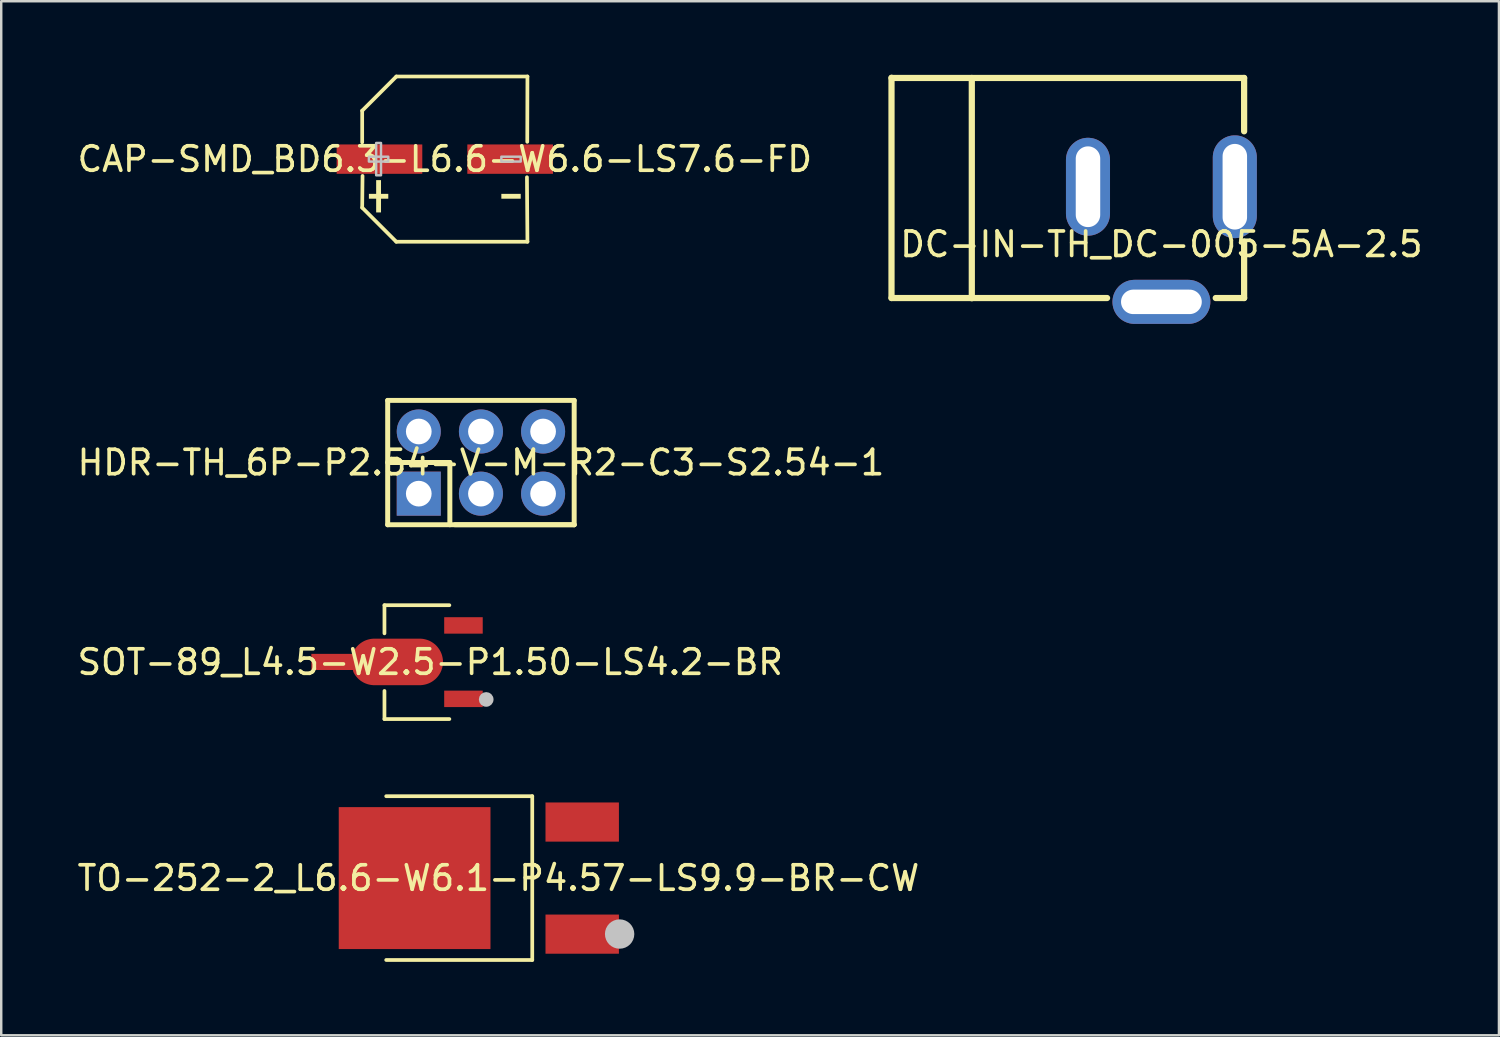
<source format=kicad_pcb>
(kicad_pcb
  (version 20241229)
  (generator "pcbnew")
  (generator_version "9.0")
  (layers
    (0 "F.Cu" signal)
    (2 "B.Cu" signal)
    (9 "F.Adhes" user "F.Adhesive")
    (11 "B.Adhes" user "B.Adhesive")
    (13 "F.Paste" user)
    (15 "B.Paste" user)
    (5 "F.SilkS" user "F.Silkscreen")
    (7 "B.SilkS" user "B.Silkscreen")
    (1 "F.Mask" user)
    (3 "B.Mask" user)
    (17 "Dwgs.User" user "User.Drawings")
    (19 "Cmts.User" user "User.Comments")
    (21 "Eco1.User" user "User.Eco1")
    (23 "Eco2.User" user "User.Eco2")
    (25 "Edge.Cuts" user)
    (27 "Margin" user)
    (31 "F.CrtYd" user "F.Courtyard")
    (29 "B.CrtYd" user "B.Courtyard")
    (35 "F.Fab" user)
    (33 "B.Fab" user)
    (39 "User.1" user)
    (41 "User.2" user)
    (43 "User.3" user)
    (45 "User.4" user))
  (footprint "DC-IN-TH_DC-005-5A-2.5"
    (layer "F.Cu")
    (at 44.405 6.932)
    (property "Reference" "DC-IN-TH_DC-005-5A-2.5" (at 0 0 0) (layer "F.SilkS") (effects (font (size 1 1) (thickness 0.15))))
    (fp_line (start -11.028 -6.805) (end -11.028 2.195) (stroke (width 0.254) (type default)) (layer "F.SilkS"))
    (fp_line (start -11.028 -6.796) (end 3.38 -6.796) (stroke (width 0.254) (type default)) (layer "F.SilkS"))
    (fp_line (start -11.028 2.195) (end -2.22 2.195) (stroke (width 0.254) (type default)) (layer "F.SilkS"))
    (fp_line (start -7.747 -6.796) (end -7.747 2.204) (stroke (width 0.254) (type default)) (layer "F.SilkS"))
    (fp_line (start 2.22 2.195) (end 3.38 2.195) (stroke (width 0.254) (type default)) (layer "F.SilkS"))
    (fp_line (start 3.38 -6.796) (end 3.38 -4.617) (stroke (width 0.254) (type default)) (layer "F.SilkS"))
    (fp_line (start 3.38 -0.086) (end 3.38 2.195) (stroke (width 0.254) (type default)) (layer "F.SilkS"))
    (fp_poly (pts (xy -3.175 -1.101) (xy -3.175 -3.602) (xy -2.825 -3.602) (xy -2.825 -1.101)) (stroke (width 0.1) (type default)) (fill no) (layer "User.1"))
    (fp_poly (pts (xy -1.25 2.176) (xy 1.25 2.176) (xy 1.25 2.526) (xy -1.25 2.526)) (stroke (width 0.1) (type default)) (fill no) (layer "User.1"))
    (fp_poly (pts (xy 3.175 -3.852) (xy 3.175 -0.852) (xy 2.825 -0.852) (xy 2.825 -3.852)) (stroke (width 0.1) (type default)) (fill no) (layer "User.1"))
    (fp_line (start -11.028 -6.796) (end 3.38 -6.796) (stroke (width 0.051) (type default)) (layer "User.2"))
    (fp_line (start -11.028 2.195) (end -11.028 -6.796) (stroke (width 0.051) (type default)) (layer "User.2"))
    (fp_line (start 3.38 -6.796) (end 3.38 2.195) (stroke (width 0.051) (type default)) (layer "User.2"))
    (fp_line (start 3.38 2.195) (end -11.028 2.195) (stroke (width 0.051) (type default)) (layer "User.2"))
    (fp_poly (pts (xy 3.44 2.527) (xy 3.422 2.485) (xy 3.38 2.467) (xy 3.338 2.485) (xy 3.32 2.527) (xy 3.338 2.569) (xy 3.38 2.587) (xy 3.422 2.569)) (stroke (width 0.1) (type default)) (fill no) (layer "User.3"))
    (pad "1" thru_hole oval (at 3 -2.352 90) (size 4.2 1.8) (drill oval 3.5 1) (layers "*.Cu" "*.Mask"))
    (pad "2" thru_hole oval (at -3 -2.352 270) (size 4 1.8) (drill oval 3.3 1) (layers "*.Cu" "*.Mask"))
    (pad "3" thru_hole oval (at 0 2.352) (size 4 1.8) (drill oval 3.3 1) (layers "*.Cu" "*.Mask")))
  (footprint "SOT-89_L4.5-W2.5-P1.50-LS4.2-BR"
    (layer "F.Cu")
    (at 14.53 24.005)
    (property "Reference" "SOT-89_L4.5-W2.5-P1.50-LS4.2-BR" (at 0 0 0) (layer "F.SilkS") (effects (font (size 1 1) (thickness 0.15))))
    (fp_line (start -1.871 -2.326) (end -1.871 -1.177) (stroke (width 0.152) (type default)) (layer "F.SilkS"))
    (fp_line (start -1.871 2.326) (end -1.871 1.177) (stroke (width 0.152) (type default)) (layer "F.SilkS"))
    (fp_line (start 0.781 -2.326) (end -1.871 -2.326) (stroke (width 0.152) (type default)) (layer "F.SilkS"))
    (fp_line (start 0.781 2.326) (end -1.871 2.326) (stroke (width 0.152) (type default)) (layer "F.SilkS"))
    (fp_circle (center 2.286 1.524) (end 2.436 1.524) (stroke (width 0.3) (type default)) (fill no) (layer "Dwgs.User"))
    (fp_poly (pts (xy 0.529 -1.75) (xy 1.729 -1.75) (xy 1.729 -1.25) (xy 0.529 -1.25)) (stroke (width 0.1) (type default)) (fill no) (layer "User.1"))
    (fp_poly (pts (xy 0.529 1.25) (xy 1.729 1.25) (xy 1.729 1.75) (xy 0.529 1.75)) (stroke (width 0.1) (type default)) (fill no) (layer "User.1"))
    (fp_poly (pts (xy 0.439 0.26) (xy 1.724 0.26) (xy 1.724 -0.26) (xy 0.439 -0.26) (xy -0.136 -0.863) (xy -1.796 -0.863) (xy -2.371 -0.287) (xy -2.371 0.287) (xy -1.796 0.863) (xy -0.136 0.863)) (stroke (width 0.1) (type default)) (fill no) (layer "User.1"))
    (fp_line (start -1.871 -2.25) (end 0.629 -2.25) (stroke (width 0.051) (type default)) (layer "User.2"))
    (fp_line (start -1.871 2.25) (end -1.871 -2.25) (stroke (width 0.051) (type default)) (layer "User.2"))
    (fp_line (start 0.629 -2.25) (end 0.629 2.25) (stroke (width 0.051) (type default)) (layer "User.2"))
    (fp_line (start 0.629 2.25) (end -1.871 2.25) (stroke (width 0.051) (type default)) (layer "User.2"))
    (fp_poly (pts (xy 1.788 2.25) (xy 1.771 2.208) (xy 1.728 2.19) (xy 1.686 2.208) (xy 1.669 2.25) (xy 1.686 2.292) (xy 1.728 2.31) (xy 1.771 2.292)) (stroke (width 0.1) (type default)) (fill no) (layer "User.3"))
    (pad "1" smd rect (at 1.357 1.5) (size 1.575 0.672) (layers "F.Cu" "F.Mask" "F.Paste"))
    (pad "2" smd custom (at -1.357 -0.009 180) (size 0.000001 0.000001) (layers "F.Cu" "F.Mask" "F.Paste") (options (anchor circle)) (primitives (gr_poly (pts (xy -0.926 -0.951) (xy 0.927 -0.951) (xy 0.972 -0.95) (xy 1.016 -0.946) (xy 1.06 -0.941) (xy 1.105 -0.933) (xy 1.148 -0.924) (xy 1.191 -0.913) (xy 1.234 -0.899) (xy 1.276 -0.884) (xy 1.317 -0.867) (xy 1.357 -0.848) (xy 1.396 -0.827) (xy 1.434 -0.804) (xy 1.472 -0.779) (xy 1.508 -0.753) (xy 1.542 -0.725) (xy 1.575 -0.696) (xy 1.607 -0.664) (xy 1.637 -0.631) (xy 1.666 -0.598) (xy 1.694 -0.562) (xy 1.719 -0.526) (xy 1.742 -0.488) (xy 1.764 -0.45) (xy 1.785 -0.409) (xy 1.803 -0.331) (xy 3.501 -0.331) (xy 3.501 0.33) (xy 1.803 0.33) (xy 1.785 0.409) (xy 1.764 0.449) (xy 1.742 0.487) (xy 1.719 0.525) (xy 1.694 0.561) (xy 1.666 0.597) (xy 1.637 0.631) (xy 1.607 0.663) (xy 1.575 0.695) (xy 1.542 0.724) (xy 1.508 0.752) (xy 1.472 0.778) (xy 1.434 0.803) (xy 1.396 0.826) (xy 1.357 0.847) (xy 1.317 0.867) (xy 1.276 0.883) (xy 1.234 0.899) (xy 1.191 0.912) (xy 1.148 0.923) (xy 1.105 0.933) (xy 1.06 0.941) (xy 1.016 0.946) (xy 0.972 0.949) (xy 0.927 0.95) (xy -0.926 0.95) (xy -0.972 0.949) (xy -1.016 0.946) (xy -1.06 0.941) (xy -1.104 0.933) (xy -1.147 0.923) (xy -1.19 0.912) (xy -1.233 0.899) (xy -1.275 0.883) (xy -1.316 0.867) (xy -1.356 0.847) (xy -1.395 0.826) (xy -1.433 0.803) (xy -1.47 0.778) (xy -1.506 0.752) (xy -1.541 0.724) (xy -1.575 0.695) (xy -1.607 0.663) (xy -1.637 0.631) (xy -1.665 0.597) (xy -1.692 0.561) (xy -1.718 0.525) (xy -1.742 0.487) (xy -1.764 0.449) (xy -1.784 0.409) (xy -1.802 0.368) (xy -1.819 0.327) (xy -1.833 0.285) (xy -1.845 0.242) (xy -1.855 0.199) (xy -1.864 0.155) (xy -1.87 0.111) (xy -1.875 0.067) (xy -1.877 0.022) (xy -1.877 -0.022) (xy -1.875 -0.067) (xy -1.87 -0.112) (xy -1.864 -0.155) (xy -1.855 -0.2) (xy -1.845 -0.242) (xy -1.833 -0.285) (xy -1.819 -0.328) (xy -1.802 -0.369) (xy -1.784 -0.409) (xy -1.764 -0.45) (xy -1.742 -0.488) (xy -1.718 -0.526) (xy -1.692 -0.562) (xy -1.665 -0.598) (xy -1.637 -0.631) (xy -1.607 -0.664) (xy -1.575 -0.696) (xy -1.541 -0.725) (xy -1.506 -0.753) (xy -1.47 -0.779) (xy -1.433 -0.804) (xy -1.395 -0.827) (xy -1.356 -0.848) (xy -1.316 -0.867) (xy -1.275 -0.884) (xy -1.233 -0.899) (xy -1.19 -0.913) (xy -1.147 -0.924) (xy -1.104 -0.933) (xy -1.06 -0.941) (xy -1.016 -0.946) (xy -0.972 -0.95)) (width 0) (fill yes))))
    (pad "3" smd rect (at 1.357 -1.5) (size 1.575 0.672) (layers "F.Cu" "F.Mask" "F.Paste")))
  (footprint "HDR-TH_6P-P2.54-V-M-R2-C3-S2.54-1"
    (layer "F.Cu")
    (at 16.601 15.851)
    (property "Reference" "HDR-TH_6P-P2.54-V-M-R2-C3-S2.54-1" (at 0 0 0) (layer "F.SilkS") (effects (font (size 1 1) (thickness 0.15))))
    (fp_line (start -3.81 -2.54) (end -3.81 2.54) (stroke (width 0.203) (type default)) (layer "F.SilkS"))
    (fp_line (start -3.81 -0.003) (end -1.27 -0.003) (stroke (width 0.203) (type default)) (layer "F.SilkS"))
    (fp_line (start -3.81 2.54) (end 3.81 2.54) (stroke (width 0.203) (type default)) (layer "F.SilkS"))
    (fp_line (start -1.27 -0.003) (end -1.27 2.54) (stroke (width 0.203) (type default)) (layer "F.SilkS"))
    (fp_line (start 3.81 -2.54) (end -3.81 -2.54) (stroke (width 0.203) (type default)) (layer "F.SilkS"))
    (fp_line (start 3.81 2.54) (end -1.058 2.54) (stroke (width 0.203) (type default)) (layer "F.SilkS"))
    (fp_line (start 3.81 2.54) (end 3.81 -2.54) (stroke (width 0.203) (type default)) (layer "F.SilkS"))
    (fp_poly (pts (xy -2.115 -1.27) (xy -2.136 -1.401) (xy -2.196 -1.52) (xy -2.29 -1.614) (xy -2.409 -1.674) (xy -2.54 -1.695) (xy -2.671 -1.674) (xy -2.79 -1.614) (xy -2.884 -1.52) (xy -2.944 -1.401) (xy -2.965 -1.27) (xy -2.944 -1.139) (xy -2.884 -1.02) (xy -2.79 -0.926) (xy -2.671 -0.866) (xy -2.54 -0.845) (xy -2.409 -0.866) (xy -2.29 -0.926) (xy -2.196 -1.02) (xy -2.136 -1.139)) (stroke (width 0.1) (type default)) (fill no) (layer "User.1"))
    (fp_poly (pts (xy -2.115 1.27) (xy -2.136 1.139) (xy -2.196 1.02) (xy -2.29 0.926) (xy -2.409 0.866) (xy -2.54 0.845) (xy -2.671 0.866) (xy -2.79 0.926) (xy -2.884 1.02) (xy -2.944 1.139) (xy -2.965 1.27) (xy -2.944 1.401) (xy -2.884 1.52) (xy -2.79 1.614) (xy -2.671 1.674) (xy -2.54 1.695) (xy -2.409 1.674) (xy -2.29 1.614) (xy -2.196 1.52) (xy -2.136 1.401)) (stroke (width 0.1) (type default)) (fill no) (layer "User.1"))
    (fp_poly (pts (xy 0.425 -1.27) (xy 0.404 -1.401) (xy 0.344 -1.52) (xy 0.25 -1.614) (xy 0.131 -1.674) (xy 0 -1.695) (xy -0.131 -1.674) (xy -0.25 -1.614) (xy -0.344 -1.52) (xy -0.404 -1.401) (xy -0.425 -1.27) (xy -0.404 -1.139) (xy -0.344 -1.02) (xy -0.25 -0.926) (xy -0.131 -0.866) (xy 0 -0.845) (xy 0.131 -0.866) (xy 0.25 -0.926) (xy 0.344 -1.02) (xy 0.404 -1.139)) (stroke (width 0.1) (type default)) (fill no) (layer "User.1"))
    (fp_poly (pts (xy 0.425 1.27) (xy 0.404 1.139) (xy 0.344 1.02) (xy 0.25 0.926) (xy 0.131 0.866) (xy 0 0.845) (xy -0.131 0.866) (xy -0.25 0.926) (xy -0.344 1.02) (xy -0.404 1.139) (xy -0.425 1.27) (xy -0.404 1.401) (xy -0.344 1.52) (xy -0.25 1.614) (xy -0.131 1.674) (xy 0 1.695) (xy 0.131 1.674) (xy 0.25 1.614) (xy 0.344 1.52) (xy 0.404 1.401)) (stroke (width 0.1) (type default)) (fill no) (layer "User.1"))
    (fp_poly (pts (xy 2.965 -1.27) (xy 2.944 -1.401) (xy 2.884 -1.52) (xy 2.79 -1.614) (xy 2.671 -1.674) (xy 2.54 -1.695) (xy 2.409 -1.674) (xy 2.29 -1.614) (xy 2.196 -1.52) (xy 2.136 -1.401) (xy 2.115 -1.27) (xy 2.136 -1.139) (xy 2.196 -1.02) (xy 2.29 -0.926) (xy 2.409 -0.866) (xy 2.54 -0.845) (xy 2.671 -0.866) (xy 2.79 -0.926) (xy 2.884 -1.02) (xy 2.944 -1.139)) (stroke (width 0.1) (type default)) (fill no) (layer "User.1"))
    (fp_poly (pts (xy 2.965 1.27) (xy 2.944 1.139) (xy 2.884 1.02) (xy 2.79 0.926) (xy 2.671 0.866) (xy 2.54 0.845) (xy 2.409 0.866) (xy 2.29 0.926) (xy 2.196 1.02) (xy 2.136 1.139) (xy 2.115 1.27) (xy 2.136 1.401) (xy 2.196 1.52) (xy 2.29 1.614) (xy 2.409 1.674) (xy 2.54 1.695) (xy 2.671 1.674) (xy 2.79 1.614) (xy 2.884 1.52) (xy 2.944 1.401)) (stroke (width 0.1) (type default)) (fill no) (layer "User.1"))
    (fp_line (start -3.912 -2.642) (end 3.912 -2.642) (stroke (width 0.051) (type default)) (layer "User.2"))
    (fp_line (start -3.912 2.642) (end -3.912 -2.642) (stroke (width 0.051) (type default)) (layer "User.2"))
    (fp_line (start 3.912 -2.642) (end 3.912 2.642) (stroke (width 0.051) (type default)) (layer "User.2"))
    (fp_line (start 3.912 2.642) (end -3.912 2.642) (stroke (width 0.051) (type default)) (layer "User.2"))
    (fp_poly (pts (xy -3.852 2.642) (xy -3.869 2.599) (xy -3.912 2.582) (xy -3.954 2.599) (xy -3.971 2.642) (xy -3.954 2.684) (xy -3.912 2.701) (xy -3.869 2.684)) (stroke (width 0.1) (type default)) (fill no) (layer "User.3"))
    (pad "1" thru_hole rect (at -2.54 1.27) (size 1.8 1.8) (drill 1.05) (layers "*.Cu" "*.Mask"))
    (pad "2" thru_hole circle (at -2.54 -1.27) (size 1.8 1.8) (drill 1.05) (layers "*.Cu" "*.Mask"))
    (pad "3" thru_hole circle (at 0 1.27) (size 1.8 1.8) (drill 1.05) (layers "*.Cu" "*.Mask"))
    (pad "4" thru_hole circle (at 0 -1.27) (size 1.8 1.8) (drill 1.05) (layers "*.Cu" "*.Mask"))
    (pad "5" thru_hole circle (at 2.54 1.27) (size 1.8 1.8) (drill 1.05) (layers "*.Cu" "*.Mask"))
    (pad "6" thru_hole circle (at 2.54 -1.27) (size 1.8 1.8) (drill 1.05) (layers "*.Cu" "*.Mask")))
  (footprint "TO-252-2_L6.6-W6.1-P4.57-LS9.9-BR-CW"
    (layer "F.Cu")
    (at 17.315 32.829)
    (property "Reference" "TO-252-2_L6.6-W6.1-P4.57-LS9.9-BR-CW" (at 0 0 0) (layer "F.SilkS") (effects (font (size 1 1) (thickness 0.15))))
    (fp_line (start -4.585 -3.346) (end 1.383 -3.346) (stroke (width 0.152) (type default)) (layer "F.SilkS"))
    (fp_line (start -4.585 3.346) (end 1.383 3.346) (stroke (width 0.152) (type default)) (layer "F.SilkS"))
    (fp_line (start 1.383 3.346) (end 1.383 -3.346) (stroke (width 0.152) (type default)) (layer "F.SilkS"))
    (fp_circle (center 4.953 2.286) (end 5.253 2.286) (stroke (width 0.6) (type default)) (fill no) (layer "Dwgs.User"))
    (fp_poly (pts (xy 1.212 -1.91) (xy 1.212 -2.67) (xy 2.381 -2.67) (xy 2.381 -1.91)) (stroke (width 0.1) (type default)) (fill no) (layer "User.1"))
    (fp_poly (pts (xy 1.212 2.67) (xy 1.212 1.91) (xy 2.381 1.91) (xy 2.381 2.67)) (stroke (width 0.1) (type default)) (fill no) (layer "User.1"))
    (fp_poly (pts (xy 2.372 -1.91) (xy 2.372 -2.67) (xy 3.962 -2.67) (xy 3.962 -1.91)) (stroke (width 0.1) (type default)) (fill no) (layer "User.1"))
    (fp_poly (pts (xy 2.372 2.67) (xy 2.372 1.91) (xy 3.962 1.91) (xy 3.962 2.67)) (stroke (width 0.1) (type default)) (fill no) (layer "User.1"))
    (fp_poly (pts (xy -4.954 -2.505) (xy -0.938 -2.505) (xy -0.938 2.505) (xy -4.954 2.505) (xy -5.954 1.505) (xy -5.954 -1.505)) (stroke (width 0.1) (type default)) (fill no) (layer "User.1"))
    (fp_line (start -4.873 -3.27) (end 1.222 -3.27) (stroke (width 0.051) (type default)) (layer "User.2"))
    (fp_line (start -4.873 3.27) (end -4.873 -3.27) (stroke (width 0.051) (type default)) (layer "User.2"))
    (fp_line (start 1.222 -3.27) (end 1.222 3.27) (stroke (width 0.051) (type default)) (layer "User.2"))
    (fp_line (start 1.222 3.27) (end -4.873 3.27) (stroke (width 0.051) (type default)) (layer "User.2"))
    (fp_poly (pts (xy 4.021 3.27) (xy 4.004 3.228) (xy 3.962 3.21) (xy 3.919 3.228) (xy 3.901 3.27) (xy 3.919 3.312) (xy 3.962 3.33) (xy 4.004 3.312)) (stroke (width 0.1) (type default)) (fill no) (layer "User.3"))
    (pad "1" smd rect (at 3.424 2.29) (size 3 1.6) (layers "F.Cu" "F.Mask" "F.Paste"))
    (pad "2" smd rect (at -3.424 0) (size 6.2 5.8) (layers "F.Cu" "F.Mask" "F.Paste"))
    (pad "3" smd rect (at 3.424 -2.29) (size 3 1.6) (layers "F.Cu" "F.Mask" "F.Paste")))
  (footprint "CAP-SMD_BD6.3-L6.6-W6.6-LS7.6-FD"
    (layer "F.Cu")
    (at 15.125 3.452)
    (property "Reference" "CAP-SMD_BD6.3-L6.6-W6.6-LS7.6-FD" (at 0 0 0) (layer "F.SilkS") (effects (font (size 1 1) (thickness 0.15))))
    (fp_line (start -3.376 -1.98) (end -3.376 -0.685) (stroke (width 0.152) (type default)) (layer "F.SilkS"))
    (fp_line (start -3.376 1.982) (end -3.362 0.686) (stroke (width 0.152) (type default)) (layer "F.SilkS"))
    (fp_line (start -1.982 3.376) (end -3.376 1.982) (stroke (width 0.152) (type default)) (layer "F.SilkS"))
    (fp_line (start -1.98 -3.376) (end -3.376 -1.98) (stroke (width 0.152) (type default)) (layer "F.SilkS"))
    (fp_line (start 3.356 0.74) (end 3.376 3.376) (stroke (width 0.152) (type default)) (layer "F.SilkS"))
    (fp_line (start 3.369 -0.708) (end 3.376 -3.376) (stroke (width 0.152) (type default)) (layer "F.SilkS"))
    (fp_line (start 3.376 3.376) (end -1.982 3.376) (stroke (width 0.152) (type default)) (layer "F.SilkS"))
    (fp_line (start 3.376 -3.376) (end -1.98 -3.376) (stroke (width 0.152) (type default)) (layer "F.SilkS"))
    (fp_poly (pts (xy -3.102 1.419) (xy -3.102 1.617) (xy -2.31 1.617) (xy -2.31 1.419)) (stroke (width 0) (type default)) (fill yes) (layer "F.SilkS"))
    (fp_poly (pts (xy -2.805 0.858) (xy -2.805 2.178) (xy -2.607 2.178) (xy -2.607 0.858)) (stroke (width 0) (type default)) (fill yes) (layer "F.SilkS"))
    (fp_poly (pts (xy 3.102 1.419) (xy 3.102 1.617) (xy 2.31 1.617) (xy 2.31 1.419)) (stroke (width 0) (type default)) (fill yes) (layer "F.SilkS"))
    (fp_poly (pts (xy -3.102 -0.099) (xy -3.102 0.099) (xy -2.31 0.099) (xy -2.31 -0.099)) (stroke (width 0.1) (type default)) (fill no) (layer "Dwgs.User"))
    (fp_poly (pts (xy -2.805 -0.66) (xy -2.805 0.66) (xy -2.607 0.66) (xy -2.607 -0.66)) (stroke (width 0.1) (type default)) (fill no) (layer "Dwgs.User"))
    (fp_poly (pts (xy 3.102 -0.099) (xy 3.102 0.099) (xy 2.31 0.099) (xy 2.31 -0.099)) (stroke (width 0.1) (type default)) (fill no) (layer "Dwgs.User"))
    (fp_poly (pts (xy -3.8 -0.325) (xy -1.4 -0.325) (xy -1.4 0.325) (xy -3.8 0.325)) (stroke (width 0.1) (type default)) (fill no) (layer "User.1"))
    (fp_poly (pts (xy 1.4 -0.325) (xy 3.8 -0.325) (xy 3.8 0.325) (xy 1.4 0.325)) (stroke (width 0.1) (type default)) (fill no) (layer "User.1"))
    (fp_line (start -3.3 -1.98) (end -1.98 -3.3) (stroke (width 0.051) (type default)) (layer "User.2"))
    (fp_line (start -3.3 1.98) (end -3.3 -1.98) (stroke (width 0.051) (type default)) (layer "User.2"))
    (fp_line (start -1.98 -3.3) (end 3.3 -3.3) (stroke (width 0.051) (type default)) (layer "User.2"))
    (fp_line (start -1.98 3.3) (end -3.3 1.98) (stroke (width 0.051) (type default)) (layer "User.2"))
    (fp_line (start 3.3 -3.3) (end 3.3 3.3) (stroke (width 0.051) (type default)) (layer "User.2"))
    (fp_line (start 3.3 3.3) (end -1.98 3.3) (stroke (width 0.051) (type default)) (layer "User.2"))
    (fp_poly (pts (xy -3.74 3.3) (xy -3.758 3.258) (xy -3.8 3.24) (xy -3.842 3.258) (xy -3.86 3.3) (xy -3.842 3.342) (xy -3.8 3.36) (xy -3.758 3.342)) (stroke (width 0.1) (type default)) (fill no) (layer "User.3"))
    (pad "1" smd rect (at -2.67 0) (size 3.5 1.2) (layers "F.Cu" "F.Mask" "F.Paste"))
    (pad "2" smd rect (at 2.67 0) (size 3.5 1.2) (layers "F.Cu" "F.Mask" "F.Paste")))
  (gr_rect
    (start -3 -3)
    (end 58.197 39.252)
    (stroke (width 0.1) (type default))
    (fill no)
    (layer "Edge.Cuts")))
</source>
